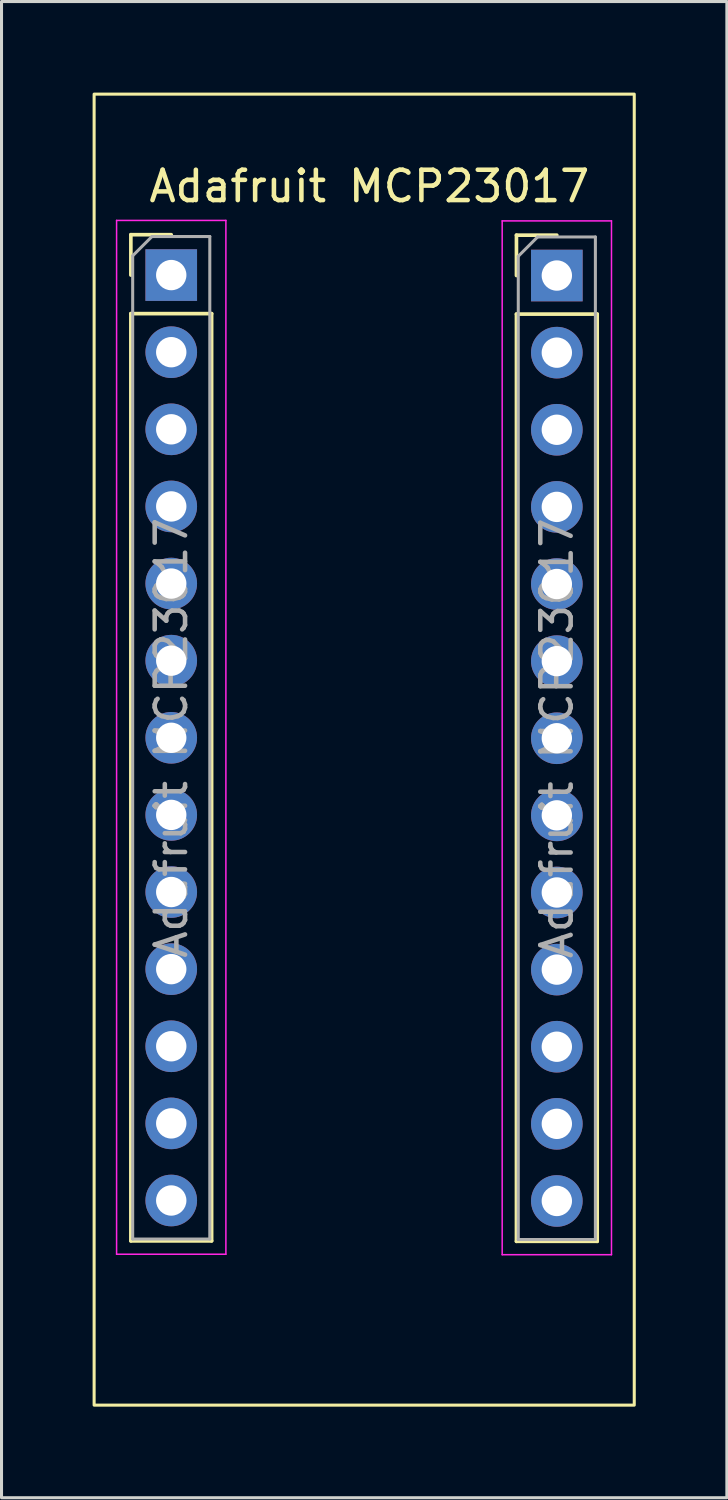
<source format=kicad_pcb>
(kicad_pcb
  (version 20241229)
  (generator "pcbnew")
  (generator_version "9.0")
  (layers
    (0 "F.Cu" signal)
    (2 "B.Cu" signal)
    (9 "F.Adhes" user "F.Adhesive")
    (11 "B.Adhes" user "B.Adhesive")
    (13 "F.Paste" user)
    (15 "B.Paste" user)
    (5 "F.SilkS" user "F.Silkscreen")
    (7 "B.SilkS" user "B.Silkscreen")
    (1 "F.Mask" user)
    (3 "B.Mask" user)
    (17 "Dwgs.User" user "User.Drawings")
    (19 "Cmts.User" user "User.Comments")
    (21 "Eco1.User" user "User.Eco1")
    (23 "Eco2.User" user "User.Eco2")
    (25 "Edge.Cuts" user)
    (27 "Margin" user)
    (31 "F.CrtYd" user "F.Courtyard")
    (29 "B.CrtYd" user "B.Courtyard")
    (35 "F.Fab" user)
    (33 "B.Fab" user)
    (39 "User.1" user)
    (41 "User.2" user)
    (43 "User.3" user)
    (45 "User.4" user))
  (footprint "Adafruit MCP23017"
    (layer "F.Cu")
    (at 2.59 6.01)
    (property "Reference" "Adafruit MCP23017" (at 6.525 -2.925 0) (layer "F.SilkS") (effects (font (size 1 1) (thickness 0.15))))
    (attr through_hole)
    (fp_line (start -1.33 -1.33) (end 0 -1.33) (stroke (width 0.12) (type solid)) (layer "F.SilkS"))
    (fp_line (start -1.33 0) (end -1.33 -1.33) (stroke (width 0.12) (type solid)) (layer "F.SilkS"))
    (fp_line (start -1.33 1.27) (end -1.33 31.81) (stroke (width 0.12) (type solid)) (layer "F.SilkS"))
    (fp_line (start -1.33 1.27) (end 1.33 1.27) (stroke (width 0.12) (type solid)) (layer "F.SilkS"))
    (fp_line (start -1.33 31.81) (end 1.33 31.81) (stroke (width 0.12) (type solid)) (layer "F.SilkS"))
    (fp_line (start 1.33 1.27) (end 1.33 31.81) (stroke (width 0.12) (type solid)) (layer "F.SilkS"))
    (fp_line (start 11.37 -1.315) (end 12.7 -1.315) (stroke (width 0.12) (type solid)) (layer "F.SilkS"))
    (fp_line (start 11.37 0.015) (end 11.37 -1.315) (stroke (width 0.12) (type solid)) (layer "F.SilkS"))
    (fp_line (start 11.37 1.285) (end 11.37 31.825) (stroke (width 0.12) (type solid)) (layer "F.SilkS"))
    (fp_line (start 11.37 1.285) (end 14.03 1.285) (stroke (width 0.12) (type solid)) (layer "F.SilkS"))
    (fp_line (start 11.37 31.825) (end 14.03 31.825) (stroke (width 0.12) (type solid)) (layer "F.SilkS"))
    (fp_line (start 14.03 1.285) (end 14.03 31.825) (stroke (width 0.12) (type solid)) (layer "F.SilkS"))
    (fp_rect (start -2.54 -5.96) (end 15.25 37.22) (stroke (width 0.1) (type default)) (fill no) (layer "F.SilkS"))
    (fp_line (start -1.8 -1.8) (end -1.8 32.25) (stroke (width 0.05) (type solid)) (layer "F.CrtYd"))
    (fp_line (start -1.8 32.25) (end 1.8 32.25) (stroke (width 0.05) (type solid)) (layer "F.CrtYd"))
    (fp_line (start 1.8 -1.8) (end -1.8 -1.8) (stroke (width 0.05) (type solid)) (layer "F.CrtYd"))
    (fp_line (start 1.8 32.25) (end 1.8 -1.8) (stroke (width 0.05) (type solid)) (layer "F.CrtYd"))
    (fp_line (start 10.9 -1.785) (end 10.9 32.265) (stroke (width 0.05) (type solid)) (layer "F.CrtYd"))
    (fp_line (start 10.9 32.265) (end 14.5 32.265) (stroke (width 0.05) (type solid)) (layer "F.CrtYd"))
    (fp_line (start 14.5 -1.785) (end 10.9 -1.785) (stroke (width 0.05) (type solid)) (layer "F.CrtYd"))
    (fp_line (start 14.5 32.265) (end 14.5 -1.785) (stroke (width 0.05) (type solid)) (layer "F.CrtYd"))
    (fp_line (start -1.27 -0.635) (end -0.635 -1.27) (stroke (width 0.1) (type solid)) (layer "F.Fab"))
    (fp_line (start -1.27 31.75) (end -1.27 -0.635) (stroke (width 0.1) (type solid)) (layer "F.Fab"))
    (fp_line (start -0.635 -1.27) (end 1.27 -1.27) (stroke (width 0.1) (type solid)) (layer "F.Fab"))
    (fp_line (start 1.27 -1.27) (end 1.27 31.75) (stroke (width 0.1) (type solid)) (layer "F.Fab"))
    (fp_line (start 1.27 31.75) (end -1.27 31.75) (stroke (width 0.1) (type solid)) (layer "F.Fab"))
    (fp_line (start 11.43 -0.62) (end 12.065 -1.255) (stroke (width 0.1) (type solid)) (layer "F.Fab"))
    (fp_line (start 11.43 31.765) (end 11.43 -0.62) (stroke (width 0.1) (type solid)) (layer "F.Fab"))
    (fp_line (start 12.065 -1.255) (end 13.97 -1.255) (stroke (width 0.1) (type solid)) (layer "F.Fab"))
    (fp_line (start 13.97 -1.255) (end 13.97 31.765) (stroke (width 0.1) (type solid)) (layer "F.Fab"))
    (fp_line (start 13.97 31.765) (end 11.43 31.765) (stroke (width 0.1) (type solid)) (layer "F.Fab"))
    (fp_text user "${REFERENCE}" (at 12.7 15.255 90) (layer "F.Fab") (effects (font (size 1 1) (thickness 0.15))))
    (fp_text user "${REFERENCE}" (at 0 15.24 90) (layer "F.Fab") (effects (font (size 1 1) (thickness 0.15))))
    (pad "1" thru_hole rect (at 12.7 0.015) (size 1.7 1.7) (drill 1) (layers "*.Cu" "*.Mask"))
    (pad "2" thru_hole oval (at 12.7 2.555) (size 1.7 1.7) (drill 1) (layers "*.Cu" "*.Mask"))
    (pad "3" thru_hole oval (at 12.7 5.095) (size 1.7 1.7) (drill 1) (layers "*.Cu" "*.Mask"))
    (pad "4" thru_hole oval (at 12.7 7.635) (size 1.7 1.7) (drill 1) (layers "*.Cu" "*.Mask"))
    (pad "5" thru_hole oval (at 12.7 10.175) (size 1.7 1.7) (drill 1) (layers "*.Cu" "*.Mask"))
    (pad "6" thru_hole oval (at 12.7 12.715) (size 1.7 1.7) (drill 1) (layers "*.Cu" "*.Mask"))
    (pad "7" thru_hole oval (at 12.7 15.255) (size 1.7 1.7) (drill 1) (layers "*.Cu" "*.Mask"))
    (pad "8" thru_hole oval (at 12.7 17.795) (size 1.7 1.7) (drill 1) (layers "*.Cu" "*.Mask"))
    (pad "9" thru_hole oval (at 12.7 20.335) (size 1.7 1.7) (drill 1) (layers "*.Cu" "*.Mask"))
    (pad "10" thru_hole oval (at 12.7 22.875) (size 1.7 1.7) (drill 1) (layers "*.Cu" "*.Mask"))
    (pad "11" thru_hole oval (at 12.7 25.415) (size 1.7 1.7) (drill 1) (layers "*.Cu" "*.Mask"))
    (pad "12" thru_hole oval (at 12.7 27.955) (size 1.7 1.7) (drill 1) (layers "*.Cu" "*.Mask"))
    (pad "13" thru_hole oval (at 12.7 30.495) (size 1.7 1.7) (drill 1) (layers "*.Cu" "*.Mask"))
    (pad "14" thru_hole oval (at 0 30.48) (size 1.7 1.7) (drill 1) (layers "*.Cu" "*.Mask"))
    (pad "15" thru_hole oval (at 0 27.94) (size 1.7 1.7) (drill 1) (layers "*.Cu" "*.Mask"))
    (pad "16" thru_hole oval (at 0 25.4) (size 1.7 1.7) (drill 1) (layers "*.Cu" "*.Mask"))
    (pad "17" thru_hole oval (at 0 22.86) (size 1.7 1.7) (drill 1) (layers "*.Cu" "*.Mask"))
    (pad "18" thru_hole oval (at 0 20.32) (size 1.7 1.7) (drill 1) (layers "*.Cu" "*.Mask"))
    (pad "19" thru_hole oval (at 0 17.78) (size 1.7 1.7) (drill 1) (layers "*.Cu" "*.Mask"))
    (pad "20" thru_hole oval (at 0 15.24) (size 1.7 1.7) (drill 1) (layers "*.Cu" "*.Mask"))
    (pad "21" thru_hole oval (at 0 12.7) (size 1.7 1.7) (drill 1) (layers "*.Cu" "*.Mask"))
    (pad "22" thru_hole oval (at 0 10.16) (size 1.7 1.7) (drill 1) (layers "*.Cu" "*.Mask"))
    (pad "23" thru_hole oval (at 0 7.62) (size 1.7 1.7) (drill 1) (layers "*.Cu" "*.Mask"))
    (pad "24" thru_hole oval (at 0 5.08) (size 1.7 1.7) (drill 1) (layers "*.Cu" "*.Mask"))
    (pad "25" thru_hole oval (at 0 2.54) (size 1.7 1.7) (drill 1) (layers "*.Cu" "*.Mask"))
    (pad "26" thru_hole rect (at 0 0) (size 1.7 1.7) (drill 1) (layers "*.Cu" "*.Mask")))
  (gr_rect
    (start -3 -3)
    (end 20.89 46.28)
    (stroke (width 0.1) (type default))
    (fill no)
    (layer "Edge.Cuts")))
</source>
